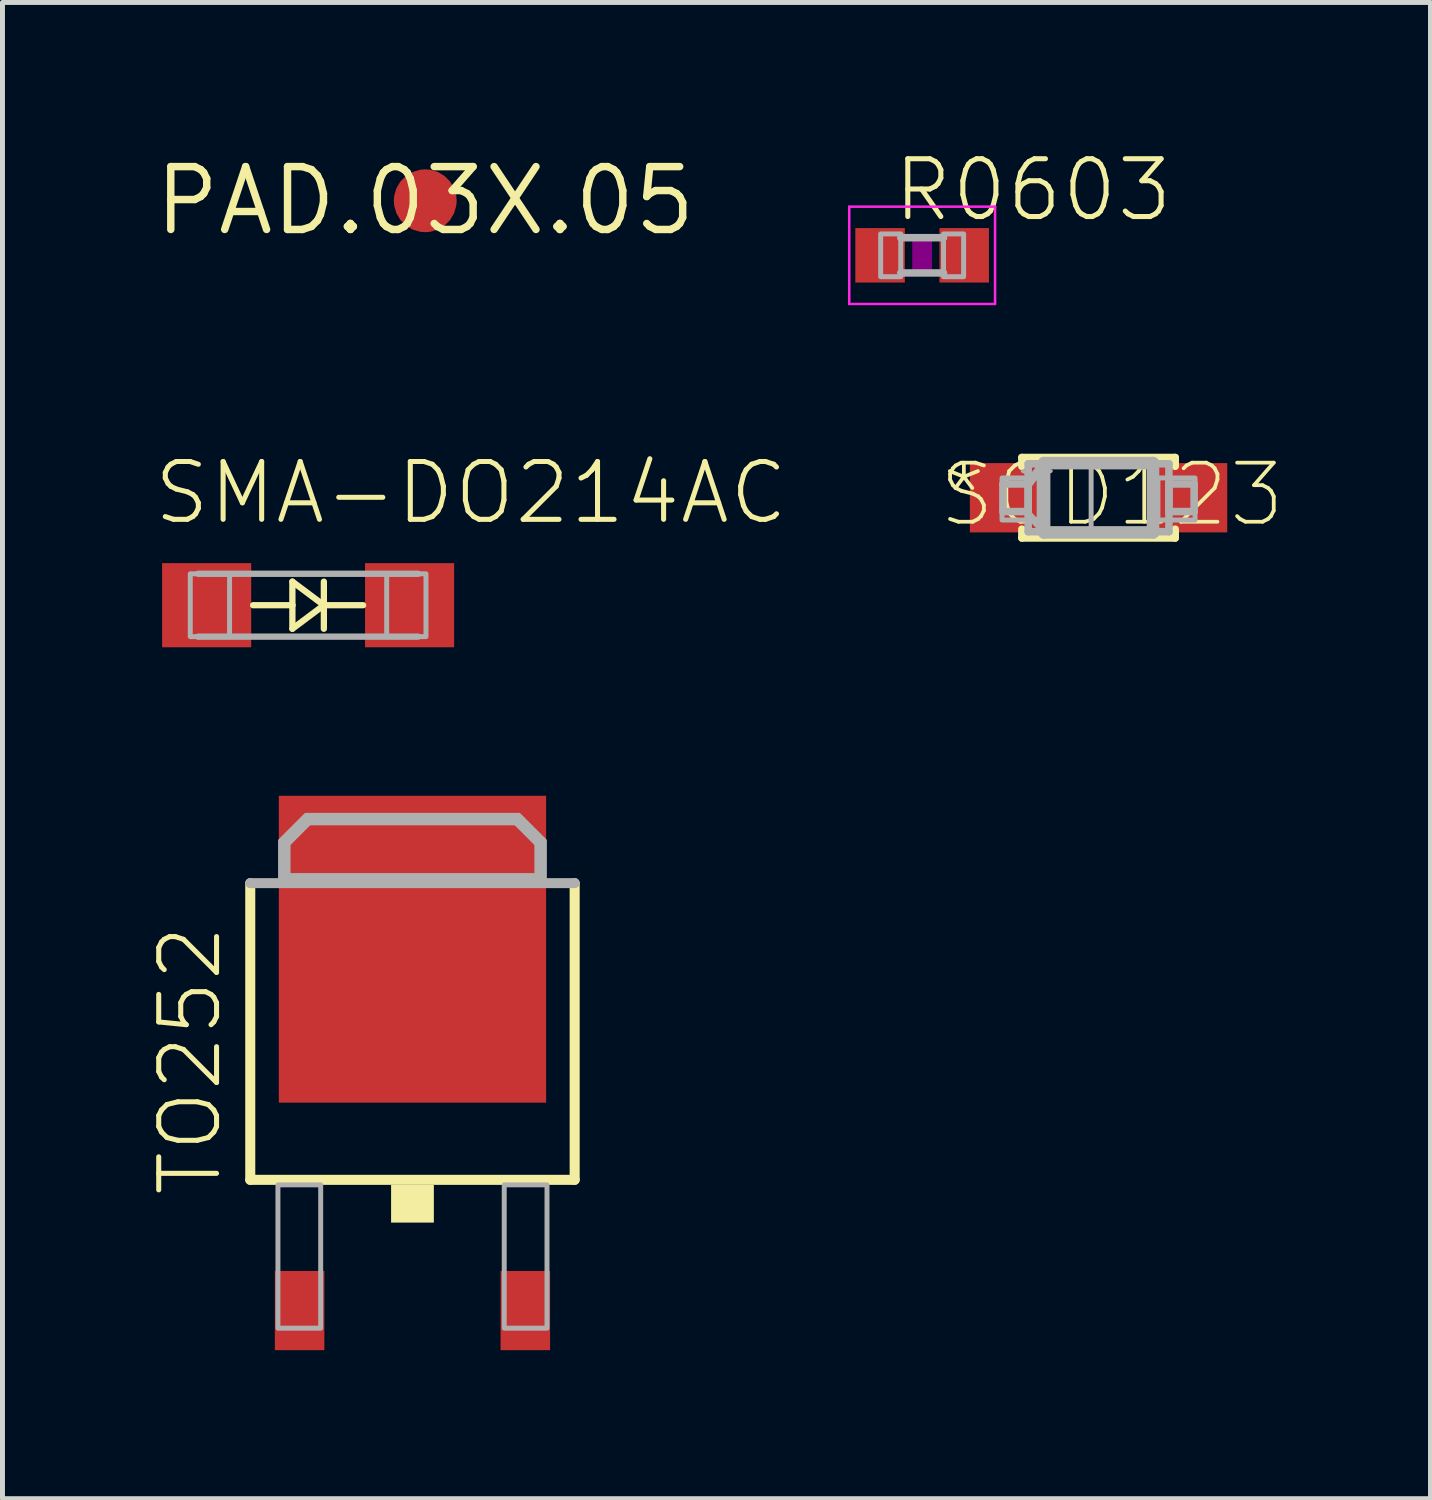
<source format=kicad_pcb>
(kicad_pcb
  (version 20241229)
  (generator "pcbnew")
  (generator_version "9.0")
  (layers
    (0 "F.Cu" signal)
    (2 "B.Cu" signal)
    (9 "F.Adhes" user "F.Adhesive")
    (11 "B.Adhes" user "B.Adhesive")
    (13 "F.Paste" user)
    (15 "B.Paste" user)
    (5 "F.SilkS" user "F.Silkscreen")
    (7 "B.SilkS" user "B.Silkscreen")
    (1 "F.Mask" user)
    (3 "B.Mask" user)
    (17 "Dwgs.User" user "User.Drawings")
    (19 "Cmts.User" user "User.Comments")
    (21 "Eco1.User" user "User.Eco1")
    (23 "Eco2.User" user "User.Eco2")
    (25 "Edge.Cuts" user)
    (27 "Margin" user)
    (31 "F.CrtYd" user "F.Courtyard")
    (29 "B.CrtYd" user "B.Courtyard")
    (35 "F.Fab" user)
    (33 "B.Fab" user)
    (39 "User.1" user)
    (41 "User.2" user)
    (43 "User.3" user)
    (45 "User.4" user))
  (footprint "TO252"
    (layer "F.Cu")
    (at 5.283 18.627)
    (property "Reference" "TO252" (at -3.81 2.54 90) (layer "F.SilkS") (effects (font (size 1.168 1.168) (thickness 0.102)) (justify left bottom)))
    (fp_line (start -3.277 2.159) (end -3.277 -3.835) (stroke (width 0.203) (type solid)) (layer "F.SilkS"))
    (fp_line (start 3.277 -3.835) (end 3.277 2.159) (stroke (width 0.203) (type solid)) (layer "F.SilkS"))
    (fp_line (start 3.277 2.159) (end -3.277 2.159) (stroke (width 0.203) (type solid)) (layer "F.SilkS"))
    (fp_poly (pts (xy -0.432 3.023) (xy 0.432 3.023) (xy 0.432 2.261) (xy -0.432 2.261)) (stroke (width 0) (type solid)) (fill yes) (layer "F.SilkS"))
    (fp_line (start -3.277 -3.835) (end 3.277 -3.835) (stroke (width 0.203) (type solid)) (layer "F.Fab"))
    (fp_line (start -2.565 -4.648) (end -2.108 -5.105) (stroke (width 0.203) (type solid)) (layer "F.Fab"))
    (fp_line (start -2.565 -3.937) (end -2.565 -4.648) (stroke (width 0.203) (type solid)) (layer "F.Fab"))
    (fp_line (start -2.108 -5.105) (end 2.108 -5.105) (stroke (width 0.203) (type solid)) (layer "F.Fab"))
    (fp_line (start 2.108 -5.105) (end 2.565 -4.648) (stroke (width 0.203) (type solid)) (layer "F.Fab"))
    (fp_line (start 2.565 -4.648) (end 2.565 -3.937) (stroke (width 0.203) (type solid)) (layer "F.Fab"))
    (fp_line (start 2.565 -3.937) (end -2.565 -3.937) (stroke (width 0.203) (type solid)) (layer "F.Fab"))
    (fp_poly (pts (xy -2.718 5.156) (xy -1.854 5.156) (xy -1.854 2.261) (xy -2.718 2.261)) (stroke (width 0.1) (type solid)) (fill no) (layer "F.Fab"))
    (fp_poly (pts (xy 1.854 5.156) (xy 2.718 5.156) (xy 2.718 2.261) (xy 1.854 2.261)) (stroke (width 0.1) (type solid)) (fill no) (layer "F.Fab"))
    (fp_poly (pts (xy 2.665 -4.69) (xy 2.665 -3.837) (xy -2.665 -3.837) (xy -2.665 -4.69) (xy -2.15 -5.205) (xy 2.15 -5.205)) (stroke (width 0.1) (type solid)) (fill no) (layer "F.Fab"))
    (pad "1" smd rect (at -2.28 4.8) (size 1 1.6) (layers "F.Cu" "F.Mask" "F.Paste"))
    (pad "2" smd rect (at 2.28 4.8) (size 1 1.6) (layers "F.Cu" "F.Mask" "F.Paste"))
    (pad "3" smd rect (at 0 -2.5) (size 5.4 6.2) (layers "F.Cu" "F.Mask" "F.Paste")))
  (footprint "SOD123"
    (layer "F.Cu")
    (at 19.144 7.006)
    (property "Reference" "SOD123" (at -3.277 0.635 0) (layer "F.SilkS") (effects (font (size 1.194 1.194) (thickness 0.076)) (justify left bottom)))
    (fp_line (start -1.549 -0.813) (end -1.549 -0.635) (stroke (width 0.152) (type solid)) (layer "F.SilkS"))
    (fp_line (start -1.549 0.635) (end -1.549 0.813) (stroke (width 0.152) (type solid)) (layer "F.SilkS"))
    (fp_line (start -1.549 0.813) (end 1.549 0.813) (stroke (width 0.152) (type solid)) (layer "F.SilkS"))
    (fp_line (start 1.549 -0.813) (end -1.549 -0.813) (stroke (width 0.152) (type solid)) (layer "F.SilkS"))
    (fp_line (start 1.549 -0.635) (end 1.549 -0.813) (stroke (width 0.152) (type solid)) (layer "F.SilkS"))
    (fp_line (start 1.549 0.813) (end 1.549 0.635) (stroke (width 0.152) (type solid)) (layer "F.SilkS"))
    (fp_line (start -1.93 -0.279) (end -1.93 0.279) (stroke (width 0.152) (type solid)) (layer "F.Fab"))
    (fp_line (start -1.93 0.279) (end -1.422 0.279) (stroke (width 0.152) (type solid)) (layer "F.Fab"))
    (fp_line (start -1.422 -0.686) (end -1.422 0.686) (stroke (width 0.152) (type solid)) (layer "F.Fab"))
    (fp_line (start -1.422 -0.33) (end -1.092 -0.686) (stroke (width 0.152) (type solid)) (layer "F.Fab"))
    (fp_line (start -1.422 -0.279) (end -1.93 -0.279) (stroke (width 0.152) (type solid)) (layer "F.Fab"))
    (fp_line (start -1.422 0.279) (end -1.422 -0.279) (stroke (width 0.152) (type solid)) (layer "F.Fab"))
    (fp_line (start -1.422 0.33) (end -1.092 0.686) (stroke (width 0.152) (type solid)) (layer "F.Fab"))
    (fp_line (start -1.422 0.686) (end 1.422 0.686) (stroke (width 0.152) (type solid)) (layer "F.Fab"))
    (fp_line (start -1.1 -0.7) (end 1.1 -0.7) (stroke (width 0.254) (type solid)) (layer "F.Fab"))
    (fp_line (start -1.1 0.7) (end -1.1 -0.7) (stroke (width 0.254) (type solid)) (layer "F.Fab"))
    (fp_line (start 1.1 -0.7) (end 1.1 0.7) (stroke (width 0.254) (type solid)) (layer "F.Fab"))
    (fp_line (start 1.1 0.7) (end -1.1 0.7) (stroke (width 0.254) (type solid)) (layer "F.Fab"))
    (fp_line (start 1.422 -0.686) (end -1.422 -0.686) (stroke (width 0.152) (type solid)) (layer "F.Fab"))
    (fp_line (start 1.422 -0.279) (end 1.422 0.279) (stroke (width 0.152) (type solid)) (layer "F.Fab"))
    (fp_line (start 1.422 0.279) (end 1.93 0.279) (stroke (width 0.152) (type solid)) (layer "F.Fab"))
    (fp_line (start 1.422 0.686) (end 1.422 -0.686) (stroke (width 0.152) (type solid)) (layer "F.Fab"))
    (fp_line (start 1.93 -0.279) (end 1.422 -0.279) (stroke (width 0.152) (type solid)) (layer "F.Fab"))
    (fp_line (start 1.93 0.279) (end 1.93 -0.279) (stroke (width 0.152) (type solid)) (layer "F.Fab"))
    (fp_poly (pts (xy -1.95 0.45) (xy -1.2 0.45) (xy -1.2 -0.4) (xy -1.95 -0.4)) (stroke (width 0.1) (type solid)) (fill no) (layer "F.Fab"))
    (fp_poly (pts (xy -1.05 0.65) (xy -0.15 0.65) (xy -0.15 -0.7) (xy -1.05 -0.7)) (stroke (width 0.1) (type solid)) (fill no) (layer "F.Fab"))
    (fp_poly (pts (xy 1.2 0.45) (xy 1.95 0.45) (xy 1.95 -0.4) (xy 1.2 -0.4)) (stroke (width 0.1) (type solid)) (fill no) (layer "F.Fab"))
    (fp_text user "*" (at -3.226 0.635 0) (layer "F.SilkS") (effects (font (size 1.194 1.194) (thickness 0.076)) (justify left bottom)))
    (fp_text user "*" (at -1.753 0.635 0) (layer "F.Fab") (effects (font (size 1.194 1.194) (thickness 0.076)) (justify left bottom)))
    (pad "1" smd rect (at -1.725 0) (size 1.111 0.601) (layers "F.Cu" "F.Mask" "F.Paste"))
    (pad "2" smd rect (at 1.725 0) (size 1.111 0.601) (layers "F.Cu" "F.Mask" "F.Paste"))
    (pad "A" smd rect (at 1.9 0) (size 1.4 1.4) (layers "F.Cu" "F.Mask" "F.Paste"))
    (pad "C" smd rect (at -1.9 0) (size 1.4 1.4) (layers "F.Cu" "F.Mask" "F.Paste")))
  (footprint "SMA-DO214AC"
    (layer "F.Cu")
    (at 3.175 9.177)
    (property "Reference" "SMA-DO214AC" (at -3.175 -1.587 0) (layer "F.SilkS") (effects (font (size 1.168 1.168) (thickness 0.102)) (justify left bottom)))
    (fp_line (start -0.318 -0.476) (end -0.318 0) (stroke (width 0.127) (type solid)) (layer "F.SilkS"))
    (fp_line (start -0.318 0) (end -1.111 0) (stroke (width 0.127) (type solid)) (layer "F.SilkS"))
    (fp_line (start -0.318 0) (end -0.318 0.476) (stroke (width 0.127) (type solid)) (layer "F.SilkS"))
    (fp_line (start -0.318 0.476) (end 0.318 0) (stroke (width 0.127) (type solid)) (layer "F.SilkS"))
    (fp_line (start 0.318 0) (end -0.318 -0.476) (stroke (width 0.127) (type solid)) (layer "F.SilkS"))
    (fp_line (start 0.318 0) (end 0.318 -0.476) (stroke (width 0.127) (type solid)) (layer "F.SilkS"))
    (fp_line (start 0.318 0) (end 0.318 0.476) (stroke (width 0.127) (type solid)) (layer "F.SilkS"))
    (fp_line (start 0.318 0) (end 1.111 0) (stroke (width 0.127) (type solid)) (layer "F.SilkS"))
    (fp_line (start -2.223 -0.635) (end 2.223 -0.635) (stroke (width 0.127) (type solid)) (layer "F.Fab"))
    (fp_line (start -2.223 0.635) (end 2.223 0.635) (stroke (width 0.127) (type solid)) (layer "F.Fab"))
    (fp_poly (pts (xy -2.381 0.635) (xy -1.587 0.635) (xy -1.587 -0.635) (xy -2.381 -0.635)) (stroke (width 0.1) (type solid)) (fill no) (layer "F.Fab"))
    (fp_poly (pts (xy 1.587 0.635) (xy 2.381 0.635) (xy 2.381 -0.635) (xy 1.587 -0.635)) (stroke (width 0.1) (type solid)) (fill no) (layer "F.Fab"))
    (pad "A" smd rect (at -2.05 0) (size 1.8 1.7) (layers "F.Cu" "F.Mask" "F.Paste"))
    (pad "K" smd rect (at 2.05 0) (size 1.8 1.7) (layers "F.Cu" "F.Mask" "F.Paste")))
  (footprint "R0603"
    (layer "F.Cu")
    (at 15.58 2.108)
    (property "Reference" "R0603" (at -0.635 -0.635 0) (layer "F.SilkS") (effects (font (size 1.168 1.168) (thickness 0.102)) (justify left bottom)))
    (fp_poly (pts (xy -0.2 0.4) (xy 0.2 0.4) (xy 0.2 -0.4) (xy -0.2 -0.4)) (stroke (width 0) (type solid)) (fill yes) (layer "F.Adhes"))
    (fp_line (start -1.473 -0.983) (end 1.473 -0.983) (stroke (width 0.051) (type solid)) (layer "F.CrtYd"))
    (fp_line (start -1.473 0.983) (end -1.473 -0.983) (stroke (width 0.051) (type solid)) (layer "F.CrtYd"))
    (fp_line (start 1.473 -0.983) (end 1.473 0.983) (stroke (width 0.051) (type solid)) (layer "F.CrtYd"))
    (fp_line (start 1.473 0.983) (end -1.473 0.983) (stroke (width 0.051) (type solid)) (layer "F.CrtYd"))
    (fp_line (start -0.432 0.356) (end 0.432 0.356) (stroke (width 0.152) (type solid)) (layer "F.Fab"))
    (fp_line (start 0.432 -0.356) (end -0.432 -0.356) (stroke (width 0.152) (type solid)) (layer "F.Fab"))
    (fp_poly (pts (xy -0.838 0.432) (xy -0.432 0.432) (xy -0.432 -0.432) (xy -0.838 -0.432)) (stroke (width 0.1) (type solid)) (fill no) (layer "F.Fab"))
    (fp_poly (pts (xy 0.432 0.432) (xy 0.838 0.432) (xy 0.838 -0.432) (xy 0.432 -0.432)) (stroke (width 0.1) (type solid)) (fill no) (layer "F.Fab"))
    (pad "1" smd rect (at -0.85 0) (size 1 1.1) (layers "F.Cu" "F.Mask" "F.Paste"))
    (pad "2" smd rect (at 0.85 0) (size 1 1.1) (layers "F.Cu" "F.Mask" "F.Paste")))
  (footprint "PAD.03X.05"
    (layer "F.Cu")
    (at 5.541 1.006)
    (property "Reference" "PAD.03X.05" (at 0 0 0) (layer "F.SilkS") (effects (font (size 1.27 1.27) (thickness 0.15))))
    (pad "P$1" smd roundrect (at 0 0) (size 1.27 1.27) (layers "F.Cu" "F.Mask") (roundrect_rratio 0.5)))
  (gr_rect
    (start -3 -3)
    (end 25.85 27.227)
    (stroke (width 0.1) (type default))
    (fill no)
    (layer "Edge.Cuts")))
</source>
